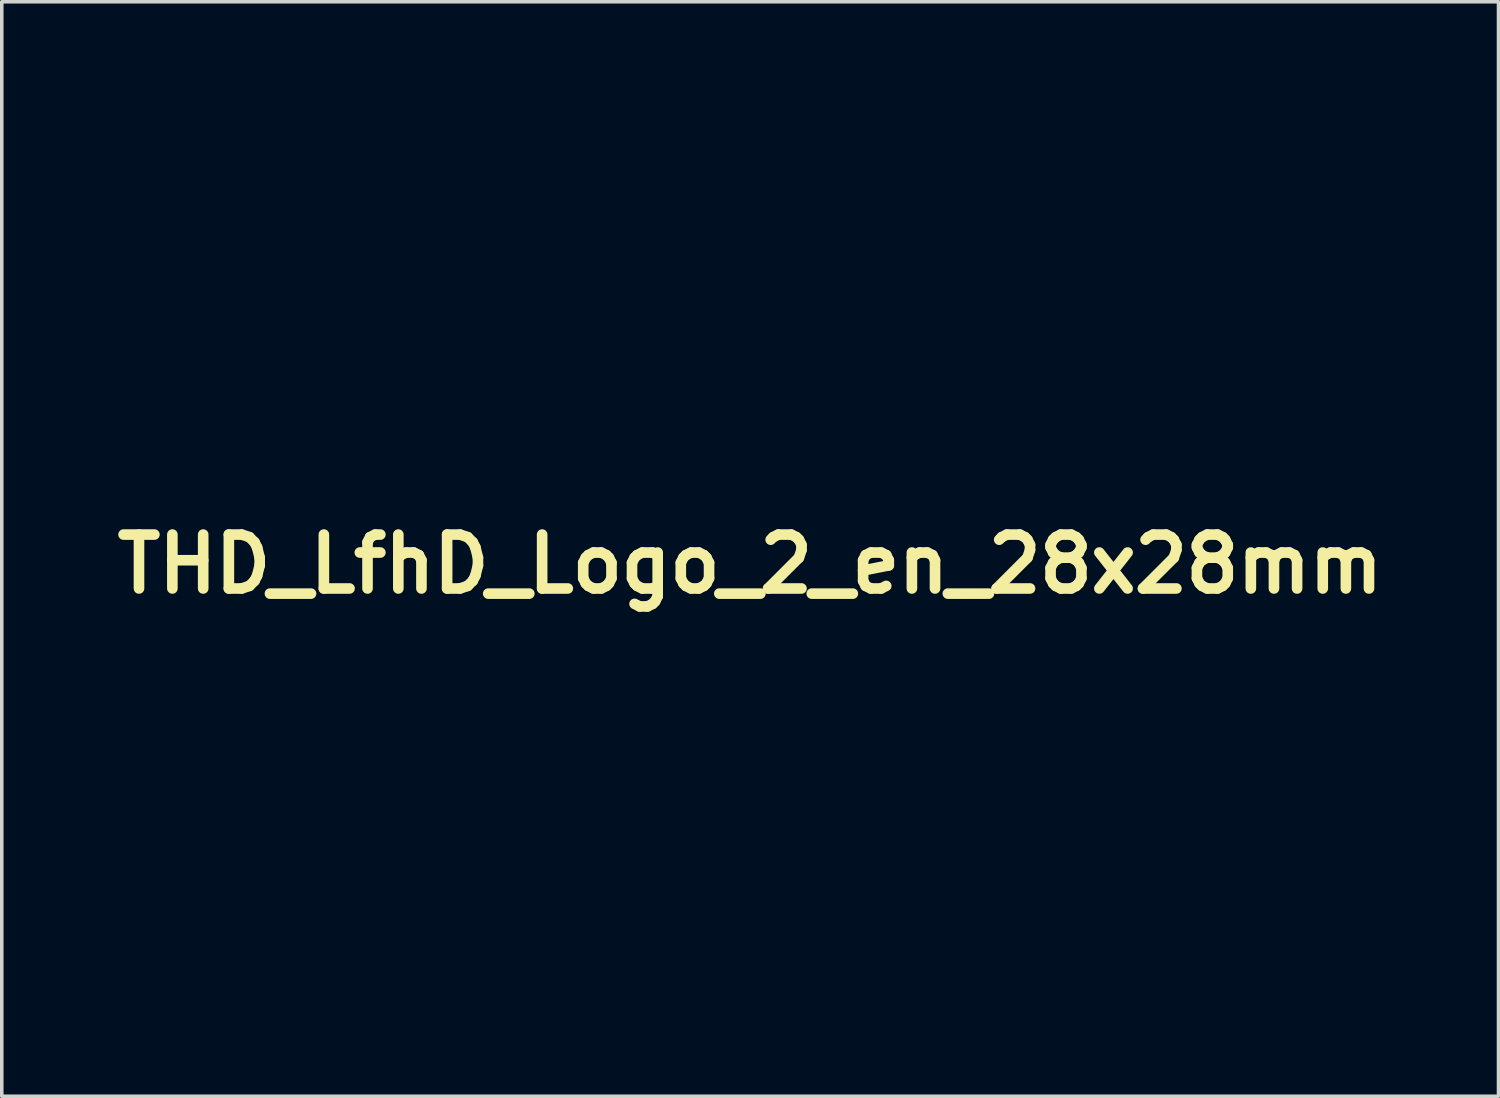
<source format=kicad_pcb>
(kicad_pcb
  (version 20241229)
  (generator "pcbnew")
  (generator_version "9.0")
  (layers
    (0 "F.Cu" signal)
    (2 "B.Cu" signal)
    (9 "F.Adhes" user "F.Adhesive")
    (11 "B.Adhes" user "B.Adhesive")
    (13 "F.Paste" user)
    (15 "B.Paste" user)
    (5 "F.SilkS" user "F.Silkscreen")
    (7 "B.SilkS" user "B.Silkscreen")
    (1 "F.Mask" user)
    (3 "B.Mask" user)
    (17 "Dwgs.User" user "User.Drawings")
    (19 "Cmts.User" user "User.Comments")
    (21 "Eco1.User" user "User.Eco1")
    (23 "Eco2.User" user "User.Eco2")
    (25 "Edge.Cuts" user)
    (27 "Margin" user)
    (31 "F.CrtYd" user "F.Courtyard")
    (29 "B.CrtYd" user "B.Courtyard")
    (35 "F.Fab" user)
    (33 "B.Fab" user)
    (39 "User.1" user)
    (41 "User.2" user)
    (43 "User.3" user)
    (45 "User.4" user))
  (footprint "THD_LfhD_Logo_2_en_28x28mm"
    (layer "F.Cu")
    (at 18.15 12.892)
    (property "Reference" "THD_LfhD_Logo_2_en_28x28mm" (at 0 0 0) (layer "F.SilkS") (effects (font (size 1.524 1.524) (thickness 0.3))))
    (attr through_hole)
    (fp_poly (pts (xy 0.572 9.837) (xy 0.804 9.864) (xy 0.852 12.023) (xy 0.339 12.023) (xy 0.339 9.81) (xy 0.572 9.837)) (stroke (width 0.01) (type solid)) (fill yes) (layer "F.Mask"))
    (fp_poly (pts (xy -9.165 9.837) (xy -8.932 9.864) (xy -8.932 11.98) (xy -9.165 12.007) (xy -9.398 12.034) (xy -9.398 9.81) (xy -9.165 9.837)) (stroke (width 0.01) (type solid)) (fill yes) (layer "F.Mask"))
    (fp_poly (pts (xy 5.313 -12.85) (xy 6.731 -12.827) (xy 6.731 -2.667) (xy 5.313 -2.644) (xy 3.895 -2.621) (xy 3.895 -12.873) (xy 5.313 -12.85)) (stroke (width 0.01) (type solid)) (fill yes) (layer "F.Mask"))
    (fp_poly (pts (xy -5.805 9.863) (xy -5.732 9.935) (xy -5.716 10.061) (xy -5.705 10.318) (xy -5.7 10.666) (xy -5.702 11.014) (xy -5.715 11.98) (xy -6.181 12.034) (xy -6.181 9.821) (xy -5.978 9.821) (xy -5.805 9.863)) (stroke (width 0.01) (type solid)) (fill yes) (layer "F.Mask"))
    (fp_poly (pts (xy -1.129 9.827) (xy -1.069 9.865) (xy -1.035 9.965) (xy -1.02 10.159) (xy -1.016 10.478) (xy -1.016 10.668) (xy -1.016 11.515) (xy 0.085 11.515) (xy 0.085 12.023) (xy -0.699 12.023) (xy -1.482 12.023) (xy -1.456 10.922) (xy -1.43 9.821) (xy -1.223 9.821) (xy -1.129 9.827)) (stroke (width 0.01) (type solid)) (fill yes) (layer "F.Mask"))
    (fp_poly (pts (xy -3.556 10.075) (xy -3.569 10.238) (xy -3.642 10.311) (xy -3.822 10.329) (xy -3.895 10.329) (xy -4.233 10.329) (xy -4.233 12.023) (xy -4.657 12.023) (xy -4.657 10.329) (xy -4.995 10.329) (xy -5.212 10.319) (xy -5.309 10.265) (xy -5.333 10.13) (xy -5.334 10.075) (xy -5.334 9.821) (xy -3.556 9.821) (xy -3.556 10.075)) (stroke (width 0.01) (type solid)) (fill yes) (layer "F.Mask"))
    (fp_poly (pts (xy 3.133 6.35) (xy 3.119 6.513) (xy 3.047 6.585) (xy 2.867 6.604) (xy 2.794 6.604) (xy 2.455 6.604) (xy 2.455 8.297) (xy 2.032 8.297) (xy 2.032 6.604) (xy 1.693 6.604) (xy 1.476 6.594) (xy 1.38 6.54) (xy 1.355 6.405) (xy 1.355 6.35) (xy 1.355 6.096) (xy 3.133 6.096) (xy 3.133 6.35)) (stroke (width 0.01) (type solid)) (fill yes) (layer "F.Mask"))
    (fp_poly (pts (xy 4.403 -0.931) (xy 4.389 -0.768) (xy 4.317 -0.696) (xy 4.137 -0.678) (xy 4.064 -0.677) (xy 3.725 -0.677) (xy 3.725 1.016) (xy 3.302 1.016) (xy 3.302 -0.677) (xy 2.963 -0.677) (xy 2.746 -0.687) (xy 2.65 -0.742) (xy 2.625 -0.877) (xy 2.625 -0.931) (xy 2.625 -1.185) (xy 4.403 -1.185) (xy 4.403 -0.931)) (stroke (width 0.01) (type solid)) (fill yes) (layer "F.Mask"))
    (fp_poly (pts (xy 3.09 -2.582) (xy 2.772 -2.556) (xy 2.523 -2.566) (xy 2.413 -2.641) (xy 2.401 -2.752) (xy 2.389 -3.009) (xy 2.377 -3.39) (xy 2.366 -3.869) (xy 2.357 -4.425) (xy 2.35 -5.035) (xy 2.35 -5.038) (xy 2.328 -7.324) (xy -0.466 -7.342) (xy -0.517 -8.128) (xy 2.371 -8.128) (xy 2.371 -12.869) (xy 3.134 -12.869) (xy 3.09 -2.582)) (stroke (width 0.01) (type solid)) (fill yes) (layer "F.Mask"))
    (fp_poly (pts (xy -1.185 -2.709) (xy -2.611 -2.709) (xy -3.086 -2.713) (xy -3.5 -2.721) (xy -3.826 -2.735) (xy -4.032 -2.752) (xy -4.092 -2.766) (xy -4.103 -2.859) (xy -4.113 -3.105) (xy -4.123 -3.489) (xy -4.131 -3.993) (xy -4.138 -4.602) (xy -4.143 -5.299) (xy -4.147 -6.068) (xy -4.149 -6.894) (xy -4.149 -7.126) (xy -4.149 -11.43) (xy -1.185 -11.43) (xy -1.185 -2.709)) (stroke (width 0.01) (type solid)) (fill yes) (layer "F.Mask"))
    (fp_poly (pts (xy 6.858 10.075) (xy 6.845 10.238) (xy 6.772 10.311) (xy 6.592 10.329) (xy 6.519 10.329) (xy 6.181 10.329) (xy 6.181 12.023) (xy 5.673 12.023) (xy 5.673 10.329) (xy 5.381 10.329) (xy 5.128 10.296) (xy 5.019 10.186) (xy 5.038 9.99) (xy 5.076 9.914) (xy 5.153 9.865) (xy 5.301 9.837) (xy 5.552 9.824) (xy 5.938 9.821) (xy 5.975 9.821) (xy 6.858 9.821) (xy 6.858 10.075)) (stroke (width 0.01) (type solid)) (fill yes) (layer "F.Mask"))
    (fp_poly (pts (xy 10.392 9.837) (xy 10.528 9.879) (xy 10.663 9.993) (xy 10.824 10.204) (xy 11.006 10.493) (xy 11.388 11.121) (xy 11.412 10.471) (xy 11.437 9.821) (xy 11.938 9.821) (xy 11.938 12.033) (xy 11.668 12.007) (xy 11.525 11.976) (xy 11.4 11.896) (xy 11.264 11.736) (xy 11.087 11.467) (xy 11.012 11.345) (xy 10.626 10.71) (xy 10.601 11.367) (xy 10.586 11.696) (xy 10.562 11.892) (xy 10.519 11.988) (xy 10.442 12.02) (xy 10.368 12.023) (xy 10.16 12.023) (xy 10.16 9.81) (xy 10.392 9.837)) (stroke (width 0.01) (type solid)) (fill yes) (layer "F.Mask"))
    (fp_poly (pts (xy 7.248 9.826) (xy 7.303 9.858) (xy 7.338 9.944) (xy 7.357 10.111) (xy 7.364 10.387) (xy 7.366 10.799) (xy 7.366 10.922) (xy 7.365 11.371) (xy 7.359 11.677) (xy 7.344 11.868) (xy 7.313 11.972) (xy 7.263 12.014) (xy 7.189 12.023) (xy 7.168 12.023) (xy 6.991 12.001) (xy 6.914 11.966) (xy 6.884 11.852) (xy 6.866 11.612) (xy 6.861 11.287) (xy 6.867 10.92) (xy 6.886 10.553) (xy 6.913 10.266) (xy 6.953 10.005) (xy 7.006 9.872) (xy 7.098 9.825) (xy 7.166 9.821) (xy 7.248 9.826)) (stroke (width 0.01) (type solid)) (fill yes) (layer "F.Mask"))
    (fp_poly (pts (xy -3.408 2.556) (xy -3.175 2.582) (xy -3.141 4.741) (xy -3.391 4.741) (xy -3.539 4.732) (xy -3.613 4.674) (xy -3.638 4.524) (xy -3.641 4.318) (xy -3.641 3.895) (xy -4.487 3.895) (xy -4.487 4.318) (xy -4.493 4.569) (xy -4.527 4.694) (xy -4.616 4.737) (xy -4.744 4.741) (xy -5 4.741) (xy -4.953 2.582) (xy -4.72 2.556) (xy -4.583 2.549) (xy -4.514 2.599) (xy -4.49 2.744) (xy -4.487 2.958) (xy -4.487 3.387) (xy -3.641 3.387) (xy -3.641 2.958) (xy -3.636 2.706) (xy -3.604 2.582) (xy -3.524 2.547) (xy -3.408 2.556)) (stroke (width 0.01) (type solid)) (fill yes) (layer "F.Mask"))
    (fp_poly (pts (xy 6.374 6.13) (xy 6.722 6.243) (xy 6.949 6.454) (xy 7.073 6.778) (xy 7.112 7.233) (xy 7.112 7.257) (xy 7.069 7.675) (xy 6.93 7.975) (xy 6.679 8.169) (xy 6.301 8.271) (xy 5.905 8.295) (xy 5.249 8.297) (xy 5.249 6.604) (xy 5.757 6.604) (xy 5.757 7.789) (xy 6.068 7.789) (xy 6.32 7.752) (xy 6.52 7.661) (xy 6.534 7.649) (xy 6.652 7.443) (xy 6.685 7.166) (xy 6.631 6.896) (xy 6.549 6.759) (xy 6.331 6.635) (xy 6.083 6.604) (xy 5.757 6.604) (xy 5.249 6.604) (xy 5.249 6.096) (xy 5.887 6.096) (xy 6.374 6.13)) (stroke (width 0.01) (type solid)) (fill yes) (layer "F.Mask"))
    (fp_poly (pts (xy -7.535 -7.027) (xy -7.536 -6.011) (xy -7.539 -5.153) (xy -7.543 -4.441) (xy -7.55 -3.865) (xy -7.56 -3.414) (xy -7.572 -3.075) (xy -7.588 -2.838) (xy -7.607 -2.692) (xy -7.63 -2.625) (xy -7.641 -2.618) (xy -7.832 -2.61) (xy -8.134 -2.604) (xy -8.513 -2.6) (xy -8.933 -2.597) (xy -9.358 -2.596) (xy -9.755 -2.597) (xy -10.087 -2.599) (xy -10.318 -2.604) (xy -10.414 -2.611) (xy -10.435 -2.702) (xy -10.453 -2.959) (xy -10.468 -3.379) (xy -10.48 -3.957) (xy -10.49 -4.69) (xy -10.496 -5.575) (xy -10.498 -6.608) (xy -10.499 -7.034) (xy -10.499 -11.43) (xy -7.535 -11.43) (xy -7.535 -7.027)) (stroke (width 0.01) (type solid)) (fill yes) (layer "F.Mask"))
    (fp_poly (pts (xy -2.879 6.604) (xy -3.471 6.604) (xy -3.783 6.609) (xy -3.961 6.629) (xy -4.043 6.676) (xy -4.064 6.76) (xy -4.064 6.773) (xy -4.047 6.865) (xy -3.97 6.916) (xy -3.797 6.938) (xy -3.514 6.943) (xy -2.963 6.943) (xy -2.963 7.451) (xy -3.514 7.451) (xy -3.811 7.456) (xy -3.978 7.479) (xy -4.049 7.533) (xy -4.064 7.62) (xy -4.049 7.707) (xy -3.981 7.757) (xy -3.824 7.782) (xy -3.543 7.789) (xy -3.429 7.789) (xy -2.794 7.789) (xy -2.794 8.297) (xy -3.662 8.297) (xy -4.53 8.297) (xy -4.512 7.218) (xy -4.495 6.138) (xy -3.687 6.114) (xy -2.879 6.09) (xy -2.879 6.604)) (stroke (width 0.01) (type solid)) (fill yes) (layer "F.Mask"))
    (fp_poly (pts (xy -1.185 -12.023) (xy -6.096 -12.023) (xy -6.096 -7.366) (xy -6.097 -6.319) (xy -6.099 -5.43) (xy -6.104 -4.689) (xy -6.11 -4.084) (xy -6.119 -3.605) (xy -6.131 -3.24) (xy -6.145 -2.978) (xy -6.163 -2.81) (xy -6.184 -2.722) (xy -6.202 -2.704) (xy -6.358 -2.689) (xy -6.571 -2.663) (xy -6.771 -2.655) (xy -6.887 -2.682) (xy -6.888 -2.683) (xy -6.898 -2.776) (xy -6.908 -3.022) (xy -6.917 -3.407) (xy -6.925 -3.914) (xy -6.931 -4.528) (xy -6.937 -5.234) (xy -6.94 -6.016) (xy -6.942 -6.859) (xy -6.943 -7.38) (xy -6.943 -12.023) (xy -11.853 -12.023) (xy -11.853 -12.869) (xy -1.185 -12.869) (xy -1.185 -12.023)) (stroke (width 0.01) (type solid)) (fill yes) (layer "F.Mask"))
    (fp_poly (pts (xy -10.943 9.824) (xy -10.558 9.836) (xy -10.296 9.882) (xy -10.109 9.978) (xy -9.952 10.144) (xy -9.881 10.242) (xy -9.779 10.502) (xy -9.738 10.85) (xy -9.759 11.215) (xy -9.841 11.528) (xy -9.878 11.6) (xy -10.041 11.806) (xy -10.263 11.936) (xy -10.579 12.004) (xy -11.011 12.023) (xy -11.599 12.023) (xy -11.599 10.329) (xy -11.091 10.329) (xy -11.091 11.515) (xy -10.78 11.515) (xy -10.528 11.477) (xy -10.329 11.386) (xy -10.315 11.375) (xy -10.196 11.168) (xy -10.164 10.892) (xy -10.217 10.621) (xy -10.3 10.484) (xy -10.518 10.361) (xy -10.766 10.329) (xy -11.091 10.329) (xy -11.599 10.329) (xy -11.599 9.821) (xy -10.943 9.824)) (stroke (width 0.01) (type solid)) (fill yes) (layer "F.Mask"))
    (fp_poly (pts (xy -10.753 2.79) (xy -10.761 2.931) (xy -10.814 3.008) (xy -10.952 3.045) (xy -11.216 3.064) (xy -11.239 3.065) (xy -11.529 3.091) (xy -11.687 3.141) (xy -11.75 3.225) (xy -11.753 3.239) (xy -11.746 3.324) (xy -11.659 3.369) (xy -11.456 3.385) (xy -11.309 3.387) (xy -11.041 3.391) (xy -10.9 3.418) (xy -10.846 3.491) (xy -10.837 3.631) (xy -10.837 3.641) (xy -10.845 3.786) (xy -10.896 3.861) (xy -11.033 3.89) (xy -11.296 3.895) (xy -11.769 3.895) (xy -11.769 4.318) (xy -11.774 4.569) (xy -11.808 4.694) (xy -11.897 4.737) (xy -12.023 4.741) (xy -12.277 4.741) (xy -12.277 2.54) (xy -10.753 2.54) (xy -10.753 2.79)) (stroke (width 0.01) (type solid)) (fill yes) (layer "F.Mask"))
    (fp_poly (pts (xy 2.667 2.553) (xy 2.956 2.604) (xy 3.152 2.705) (xy 3.293 2.872) (xy 3.343 2.962) (xy 3.428 3.232) (xy 3.466 3.58) (xy 3.456 3.933) (xy 3.397 4.215) (xy 3.377 4.26) (xy 3.224 4.49) (xy 3.024 4.635) (xy 2.739 4.713) (xy 2.331 4.739) (xy 2.265 4.739) (xy 1.609 4.741) (xy 1.609 3.048) (xy 2.117 3.048) (xy 2.117 4.233) (xy 2.495 4.233) (xy 2.762 4.212) (xy 2.912 4.136) (xy 2.96 4.07) (xy 3.038 3.8) (xy 3.031 3.5) (xy 2.944 3.25) (xy 2.908 3.203) (xy 2.69 3.079) (xy 2.442 3.048) (xy 2.117 3.048) (xy 1.609 3.048) (xy 1.609 2.54) (xy 2.249 2.54) (xy 2.667 2.553)) (stroke (width 0.01) (type solid)) (fill yes) (layer "F.Mask"))
    (fp_poly (pts (xy 4.911 6.597) (xy 4.297 6.621) (xy 3.965 6.643) (xy 3.773 6.679) (xy 3.691 6.736) (xy 3.683 6.773) (xy 3.724 6.846) (xy 3.866 6.892) (xy 4.138 6.919) (xy 4.255 6.925) (xy 4.557 6.941) (xy 4.728 6.968) (xy 4.805 7.024) (xy 4.825 7.126) (xy 4.826 7.197) (xy 4.819 7.327) (xy 4.774 7.403) (xy 4.653 7.441) (xy 4.419 7.46) (xy 4.255 7.468) (xy 3.935 7.491) (xy 3.756 7.53) (xy 3.687 7.594) (xy 3.683 7.62) (xy 3.721 7.69) (xy 3.856 7.735) (xy 4.117 7.763) (xy 4.297 7.772) (xy 4.911 7.797) (xy 4.911 8.297) (xy 3.217 8.297) (xy 3.217 6.096) (xy 4.911 6.096) (xy 4.911 6.597)) (stroke (width 0.01) (type solid)) (fill yes) (layer "F.Mask"))
    (fp_poly (pts (xy 12.615 3.048) (xy 12.023 3.048) (xy 11.711 3.053) (xy 11.533 3.073) (xy 11.451 3.12) (xy 11.43 3.204) (xy 11.43 3.217) (xy 11.447 3.309) (xy 11.524 3.36) (xy 11.697 3.382) (xy 11.98 3.387) (xy 12.531 3.387) (xy 12.531 3.895) (xy 11.98 3.895) (xy 11.683 3.9) (xy 11.516 3.923) (xy 11.445 3.977) (xy 11.43 4.064) (xy 11.446 4.154) (xy 11.519 4.205) (xy 11.686 4.228) (xy 11.982 4.233) (xy 12.013 4.233) (xy 12.321 4.237) (xy 12.499 4.258) (xy 12.588 4.309) (xy 12.628 4.404) (xy 12.636 4.443) (xy 12.651 4.618) (xy 12.631 4.697) (xy 12.533 4.716) (xy 12.304 4.731) (xy 11.983 4.74) (xy 11.755 4.741) (xy 10.922 4.741) (xy 10.922 2.54) (xy 12.615 2.54) (xy 12.615 3.048)) (stroke (width 0.01) (type solid)) (fill yes) (layer "F.Mask"))
    (fp_poly (pts (xy -2.663 -1.156) (xy -2.348 -1.009) (xy -2.09 -0.752) (xy -1.946 -0.461) (xy -1.88 -0.034) (xy -1.958 0.356) (xy -2.16 0.679) (xy -2.467 0.907) (xy -2.86 1.012) (xy -2.957 1.016) (xy -3.252 0.993) (xy -3.465 0.906) (xy -3.627 0.775) (xy -3.849 0.505) (xy -3.957 0.195) (xy -3.964 -0.085) (xy -3.556 -0.085) (xy -3.485 0.201) (xy -3.299 0.402) (xy -3.04 0.498) (xy -2.75 0.472) (xy -2.559 0.376) (xy -2.413 0.202) (xy -2.371 -0.062) (xy -2.432 -0.387) (xy -2.611 -0.595) (xy -2.898 -0.677) (xy -2.934 -0.677) (xy -3.241 -0.606) (xy -3.459 -0.413) (xy -3.554 -0.131) (xy -3.556 -0.085) (xy -3.964 -0.085) (xy -3.967 -0.204) (xy -3.956 -0.322) (xy -3.844 -0.69) (xy -3.627 -0.96) (xy -3.335 -1.129) (xy -3.003 -1.195) (xy -2.663 -1.156)) (stroke (width 0.01) (type solid)) (fill yes) (layer "F.Mask"))
    (fp_poly (pts (xy 5.828 -1.111) (xy 6.153 -0.907) (xy 6.377 -0.6) (xy 6.48 -0.215) (xy 6.443 0.221) (xy 6.436 0.248) (xy 6.257 0.626) (xy 5.965 0.884) (xy 5.576 1.007) (xy 5.419 1.016) (xy 5.101 0.987) (xy 4.861 0.882) (xy 4.749 0.798) (xy 4.494 0.478) (xy 4.368 0.081) (xy 4.373 -0.043) (xy 4.834 -0.043) (xy 4.91 0.238) (xy 4.958 0.32) (xy 5.154 0.468) (xy 5.419 0.51) (xy 5.688 0.446) (xy 5.842 0.339) (xy 5.977 0.099) (xy 6.003 -0.192) (xy 5.919 -0.458) (xy 5.871 -0.522) (xy 5.665 -0.641) (xy 5.388 -0.674) (xy 5.118 -0.62) (xy 4.981 -0.537) (xy 4.858 -0.325) (xy 4.834 -0.043) (xy 4.373 -0.043) (xy 4.385 -0.351) (xy 4.401 -0.417) (xy 4.58 -0.796) (xy 4.872 -1.053) (xy 5.262 -1.176) (xy 5.419 -1.185) (xy 5.828 -1.111)) (stroke (width 0.01) (type solid)) (fill yes) (layer "F.Mask"))
    (fp_poly (pts (xy 10.599 -1.17) (xy 10.668 -1.133) (xy 10.626 -1.042) (xy 10.514 -0.845) (xy 10.354 -0.578) (xy 10.287 -0.47) (xy 10.09 -0.138) (xy 9.975 0.111) (xy 9.92 0.334) (xy 9.906 0.579) (xy 9.9 0.835) (xy 9.867 0.965) (xy 9.787 1.011) (xy 9.694 1.016) (xy 9.573 1.004) (xy 9.51 0.94) (xy 9.486 0.783) (xy 9.483 0.551) (xy 9.471 0.294) (xy 9.422 0.078) (xy 9.315 -0.156) (xy 9.131 -0.462) (xy 9.102 -0.508) (xy 8.927 -0.785) (xy 8.795 -1.004) (xy 8.726 -1.129) (xy 8.721 -1.144) (xy 8.794 -1.173) (xy 8.971 -1.185) (xy 9.14 -1.159) (xy 9.277 -1.053) (xy 9.428 -0.832) (xy 9.445 -0.804) (xy 9.58 -0.59) (xy 9.686 -0.451) (xy 9.724 -0.423) (xy 9.792 -0.492) (xy 9.904 -0.666) (xy 9.981 -0.804) (xy 10.123 -1.039) (xy 10.252 -1.154) (xy 10.412 -1.185) (xy 10.426 -1.185) (xy 10.599 -1.17)) (stroke (width 0.01) (type solid)) (fill yes) (layer "F.Mask"))
    (fp_poly (pts (xy -9.114 2.56) (xy -8.905 2.644) (xy -8.684 2.825) (xy -8.517 2.996) (xy -8.426 3.147) (xy -8.389 3.342) (xy -8.382 3.641) (xy -8.389 3.941) (xy -8.427 4.135) (xy -8.518 4.287) (xy -8.684 4.456) (xy -8.907 4.639) (xy -9.116 4.722) (xy -9.398 4.741) (xy -9.682 4.721) (xy -9.891 4.637) (xy -10.112 4.456) (xy -10.279 4.285) (xy -10.37 4.134) (xy -10.407 3.939) (xy -10.414 3.641) (xy -9.991 3.641) (xy -9.956 3.908) (xy -9.835 4.077) (xy -9.802 4.102) (xy -9.514 4.218) (xy -9.214 4.202) (xy -8.975 4.064) (xy -8.819 3.809) (xy -8.803 3.536) (xy -8.909 3.29) (xy -9.118 3.112) (xy -9.398 3.048) (xy -9.71 3.116) (xy -9.912 3.309) (xy -9.99 3.613) (xy -9.991 3.641) (xy -10.414 3.641) (xy -10.407 3.34) (xy -10.369 3.146) (xy -10.278 2.995) (xy -10.112 2.825) (xy -9.889 2.643) (xy -9.68 2.56) (xy -9.398 2.54) (xy -9.114 2.56)) (stroke (width 0.01) (type solid)) (fill yes) (layer "F.Mask"))
    (fp_poly (pts (xy 9.034 9.844) (xy 9.247 9.936) (xy 9.461 10.11) (xy 9.636 10.282) (xy 9.73 10.432) (xy 9.769 10.623) (xy 9.776 10.918) (xy 9.776 10.922) (xy 9.769 11.219) (xy 9.731 11.411) (xy 9.637 11.561) (xy 9.463 11.732) (xy 9.461 11.734) (xy 9.232 11.918) (xy 9.021 12.002) (xy 8.743 12.022) (xy 8.406 11.986) (xy 8.157 11.865) (xy 8.115 11.832) (xy 7.855 11.547) (xy 7.729 11.218) (xy 7.705 10.923) (xy 7.705 10.922) (xy 8.128 10.922) (xy 8.199 11.208) (xy 8.385 11.408) (xy 8.644 11.505) (xy 8.934 11.479) (xy 9.125 11.383) (xy 9.271 11.209) (xy 9.313 10.945) (xy 9.252 10.619) (xy 9.073 10.411) (xy 8.786 10.33) (xy 8.75 10.329) (xy 8.443 10.401) (xy 8.225 10.593) (xy 8.13 10.875) (xy 8.128 10.922) (xy 7.705 10.922) (xy 7.771 10.477) (xy 7.964 10.138) (xy 8.271 9.916) (xy 8.683 9.823) (xy 8.761 9.821) (xy 9.034 9.844)) (stroke (width 0.01) (type solid)) (fill yes) (layer "F.Mask"))
    (fp_poly (pts (xy -7.248 9.838) (xy -7.051 9.905) (xy -6.87 10.051) (xy -6.851 10.069) (xy -6.667 10.279) (xy -6.617 10.424) (xy -6.697 10.536) (xy -6.781 10.588) (xy -6.936 10.634) (xy -7.072 10.558) (xy -7.123 10.506) (xy -7.365 10.36) (xy -7.659 10.345) (xy -7.94 10.461) (xy -8.082 10.652) (xy -8.133 10.918) (xy -8.092 11.187) (xy -7.973 11.375) (xy -7.822 11.449) (xy -7.598 11.498) (xy -7.355 11.517) (xy -7.149 11.504) (xy -7.035 11.454) (xy -7.027 11.43) (xy -7.101 11.371) (xy -7.278 11.345) (xy -7.281 11.345) (xy -7.461 11.324) (xy -7.528 11.225) (xy -7.535 11.091) (xy -7.535 10.837) (xy -6.519 10.837) (xy -6.519 11.139) (xy -6.543 11.391) (xy -6.599 11.59) (xy -6.604 11.598) (xy -6.788 11.79) (xy -7.087 11.937) (xy -7.444 12.015) (xy -7.585 12.023) (xy -7.855 11.995) (xy -8.073 11.887) (xy -8.242 11.744) (xy -8.515 11.388) (xy -8.627 11.001) (xy -8.579 10.606) (xy -8.37 10.228) (xy -8.258 10.104) (xy -8.061 9.93) (xy -7.875 9.847) (xy -7.619 9.822) (xy -7.537 9.821) (xy -7.248 9.838)) (stroke (width 0.01) (type solid)) (fill yes) (layer "F.Mask"))
    (fp_poly (pts (xy -2.728 9.871) (xy -2.642 9.911) (xy -2.561 10.009) (xy -2.466 10.19) (xy -2.341 10.479) (xy -2.181 10.878) (xy -2.03 11.264) (xy -1.904 11.592) (xy -1.817 11.832) (xy -1.779 11.952) (xy -1.778 11.957) (xy -1.85 12.007) (xy -1.987 12.023) (xy -2.186 11.957) (xy -2.328 11.769) (xy -2.431 11.609) (xy -2.563 11.535) (xy -2.787 11.515) (xy -2.846 11.515) (xy -3.09 11.526) (xy -3.223 11.581) (xy -3.304 11.709) (xy -3.328 11.769) (xy -3.436 11.956) (xy -3.602 12.021) (xy -3.659 12.023) (xy -3.83 12.016) (xy -3.895 12) (xy -3.866 11.917) (xy -3.787 11.706) (xy -3.67 11.397) (xy -3.525 11.019) (xy -3.488 10.921) (xy -3.479 10.9) (xy -3.03 10.9) (xy -3.021 10.986) (xy -2.913 11.006) (xy -2.831 11.007) (xy -2.677 10.985) (xy -2.652 10.889) (xy -2.671 10.816) (xy -2.763 10.597) (xy -2.855 10.546) (xy -2.945 10.664) (xy -2.96 10.702) (xy -3.03 10.9) (xy -3.479 10.9) (xy -3.322 10.494) (xy -3.2 10.201) (xy -3.106 10.016) (xy -3.026 9.915) (xy -2.944 9.873) (xy -2.844 9.864) (xy -2.832 9.864) (xy -2.728 9.871)) (stroke (width 0.01) (type solid)) (fill yes) (layer "F.Mask"))
    (fp_poly (pts (xy 7.515 2.59) (xy 7.601 2.629) (xy 7.682 2.724) (xy 7.777 2.903) (xy 7.9 3.188) (xy 8.063 3.597) (xy 8.215 3.982) (xy 8.34 4.311) (xy 8.428 4.551) (xy 8.466 4.671) (xy 8.467 4.676) (xy 8.393 4.722) (xy 8.219 4.741) (xy 8.034 4.711) (xy 7.943 4.587) (xy 7.916 4.487) (xy 7.871 4.336) (xy 7.789 4.261) (xy 7.62 4.236) (xy 7.437 4.233) (xy 7.18 4.242) (xy 7.038 4.286) (xy 6.956 4.392) (xy 6.917 4.487) (xy 6.808 4.675) (xy 6.642 4.739) (xy 6.585 4.741) (xy 6.416 4.735) (xy 6.351 4.72) (xy 6.38 4.638) (xy 6.458 4.427) (xy 6.575 4.117) (xy 6.718 3.739) (xy 6.755 3.641) (xy 6.765 3.614) (xy 7.216 3.614) (xy 7.221 3.703) (xy 7.321 3.725) (xy 7.408 3.725) (xy 7.566 3.704) (xy 7.617 3.662) (xy 7.577 3.548) (xy 7.496 3.387) (xy 7.379 3.175) (xy 7.288 3.413) (xy 7.216 3.614) (xy 6.765 3.614) (xy 6.919 3.214) (xy 7.04 2.92) (xy 7.132 2.736) (xy 7.211 2.634) (xy 7.293 2.592) (xy 7.394 2.582) (xy 7.409 2.582) (xy 7.515 2.59)) (stroke (width 0.01) (type solid)) (fill yes) (layer "F.Mask"))
    (fp_poly (pts (xy -9.737 0.508) (xy -9.184 0.508) (xy -8.88 0.514) (xy -8.703 0.541) (xy -8.608 0.603) (xy -8.557 0.699) (xy -8.494 0.819) (xy -8.444 0.785) (xy -8.434 0.762) (xy -8.386 0.634) (xy -8.292 0.386) (xy -8.169 0.055) (xy -8.087 -0.165) (xy -7.613 -0.165) (xy -7.583 -0.038) (xy -7.466 -0.000216) (xy -7.451 0) (xy -7.315 -0.044) (xy -7.284 -0.106) (xy -7.325 -0.256) (xy -7.399 -0.413) (xy -7.51 -0.614) (xy -7.564 -0.413) (xy -7.613 -0.165) (xy -8.087 -0.165) (xy -8.054 -0.254) (xy -7.906 -0.642) (xy -7.797 -0.899) (xy -7.709 -1.052) (xy -7.623 -1.131) (xy -7.522 -1.163) (xy -7.476 -1.168) (xy -7.376 -1.173) (xy -7.296 -1.147) (xy -7.22 -1.068) (xy -7.134 -0.911) (xy -7.022 -0.652) (xy -6.87 -0.268) (xy -6.8 -0.089) (xy -6.371 1.016) (xy -6.619 1.016) (xy -6.812 0.981) (xy -6.924 0.841) (xy -6.955 0.762) (xy -7.023 0.61) (xy -7.122 0.535) (xy -7.307 0.51) (xy -7.463 0.508) (xy -7.718 0.517) (xy -7.857 0.561) (xy -7.935 0.668) (xy -7.971 0.762) (xy -8.06 1.016) (xy -10.16 1.016) (xy -10.16 -1.185) (xy -9.737 -1.185) (xy -9.737 0.508)) (stroke (width 0.01) (type solid)) (fill yes) (layer "F.Mask"))
    (fp_poly (pts (xy -6.959 2.545) (xy -6.723 2.565) (xy -6.567 2.611) (xy -6.447 2.692) (xy -6.388 2.748) (xy -6.245 2.946) (xy -6.181 3.144) (xy -6.181 3.152) (xy -6.237 3.398) (xy -6.377 3.606) (xy -6.557 3.719) (xy -6.611 3.725) (xy -6.687 3.743) (xy -6.682 3.812) (xy -6.587 3.961) (xy -6.437 4.156) (xy -6.261 4.389) (xy -6.138 4.574) (xy -6.096 4.664) (xy -6.169 4.72) (xy -6.329 4.741) (xy -6.499 4.704) (xy -6.667 4.574) (xy -6.859 4.339) (xy -7.063 4.102) (xy -7.254 3.947) (xy -7.346 3.91) (xy -7.458 3.909) (xy -7.514 3.973) (xy -7.533 4.144) (xy -7.535 4.312) (xy -7.541 4.565) (xy -7.574 4.692) (xy -7.66 4.736) (xy -7.789 4.741) (xy -8.043 4.741) (xy -8.043 3.222) (xy -7.535 3.222) (xy -7.516 3.326) (xy -7.43 3.372) (xy -7.234 3.376) (xy -7.134 3.37) (xy -6.869 3.336) (xy -6.737 3.266) (xy -6.704 3.196) (xy -6.713 3.108) (xy -6.806 3.063) (xy -7.021 3.049) (xy -7.106 3.048) (xy -7.361 3.056) (xy -7.49 3.093) (xy -7.533 3.174) (xy -7.535 3.222) (xy -8.043 3.222) (xy -8.043 2.54) (xy -7.32 2.54) (xy -6.959 2.545)) (stroke (width 0.01) (type solid)) (fill yes) (layer "F.Mask"))
    (fp_poly (pts (xy -1.93 2.556) (xy -1.905 2.558) (xy -1.798 2.577) (xy -1.709 2.628) (xy -1.624 2.736) (xy -1.525 2.928) (xy -1.396 3.23) (xy -1.249 3.597) (xy -1.098 3.982) (xy -0.973 4.311) (xy -0.885 4.551) (xy -0.847 4.671) (xy -0.847 4.676) (xy -0.92 4.722) (xy -1.094 4.741) (xy -1.279 4.711) (xy -1.37 4.587) (xy -1.397 4.487) (xy -1.443 4.336) (xy -1.525 4.261) (xy -1.696 4.236) (xy -1.874 4.233) (xy -2.129 4.242) (xy -2.268 4.286) (xy -2.347 4.392) (xy -2.383 4.487) (xy -2.482 4.672) (xy -2.64 4.738) (xy -2.725 4.741) (xy -2.893 4.723) (xy -2.95 4.678) (xy -2.949 4.676) (xy -2.911 4.577) (xy -2.826 4.35) (xy -2.707 4.028) (xy -2.566 3.642) (xy -2.557 3.619) (xy -2.099 3.619) (xy -2.09 3.704) (xy -1.982 3.725) (xy -1.899 3.725) (xy -1.746 3.704) (xy -1.721 3.608) (xy -1.739 3.535) (xy -1.831 3.316) (xy -1.923 3.265) (xy -2.013 3.383) (xy -2.029 3.421) (xy -2.099 3.619) (xy -2.557 3.619) (xy -2.54 3.573) (xy -2.384 3.15) (xy -2.27 2.862) (xy -2.183 2.683) (xy -2.108 2.589) (xy -2.029 2.555) (xy -1.93 2.556)) (stroke (width 0.01) (type solid)) (fill yes) (layer "F.Mask"))
    (fp_poly (pts (xy 0.492 2.545) (xy 0.728 2.565) (xy 0.884 2.611) (xy 1.004 2.692) (xy 1.062 2.748) (xy 1.206 2.946) (xy 1.27 3.144) (xy 1.27 3.152) (xy 1.214 3.398) (xy 1.074 3.606) (xy 0.893 3.719) (xy 0.84 3.725) (xy 0.764 3.743) (xy 0.768 3.812) (xy 0.864 3.961) (xy 1.014 4.156) (xy 1.19 4.389) (xy 1.313 4.574) (xy 1.355 4.664) (xy 1.282 4.72) (xy 1.122 4.741) (xy 0.952 4.704) (xy 0.784 4.574) (xy 0.591 4.339) (xy 0.388 4.102) (xy 0.197 3.947) (xy 0.105 3.91) (xy -0.007 3.909) (xy -0.063 3.973) (xy -0.083 4.144) (xy -0.085 4.312) (xy -0.09 4.565) (xy -0.123 4.692) (xy -0.21 4.736) (xy -0.339 4.741) (xy -0.593 4.741) (xy -0.593 3.222) (xy -0.085 3.222) (xy -0.066 3.326) (xy 0.021 3.372) (xy 0.217 3.376) (xy 0.317 3.37) (xy 0.581 3.336) (xy 0.714 3.266) (xy 0.746 3.196) (xy 0.738 3.108) (xy 0.645 3.063) (xy 0.43 3.049) (xy 0.345 3.048) (xy 0.089 3.056) (xy -0.039 3.093) (xy -0.082 3.174) (xy -0.085 3.222) (xy -0.593 3.222) (xy -0.593 2.54) (xy 0.131 2.54) (xy 0.492 2.545)) (stroke (width 0.01) (type solid)) (fill yes) (layer "F.Mask"))
    (fp_poly (pts (xy 9.841 2.543) (xy 10.076 2.559) (xy 10.225 2.598) (xy 10.326 2.669) (xy 10.408 2.763) (xy 10.531 2.973) (xy 10.583 3.166) (xy 10.583 3.168) (xy 10.533 3.383) (xy 10.411 3.585) (xy 10.261 3.71) (xy 10.198 3.725) (xy 10.107 3.738) (xy 10.092 3.795) (xy 10.162 3.923) (xy 10.328 4.15) (xy 10.372 4.208) (xy 10.563 4.471) (xy 10.647 4.631) (xy 10.625 4.713) (xy 10.501 4.74) (xy 10.435 4.741) (xy 10.265 4.704) (xy 10.097 4.574) (xy 9.905 4.339) (xy 9.701 4.102) (xy 9.51 3.947) (xy 9.418 3.91) (xy 9.306 3.909) (xy 9.25 3.973) (xy 9.231 4.144) (xy 9.229 4.312) (xy 9.223 4.565) (xy 9.19 4.692) (xy 9.104 4.736) (xy 8.975 4.741) (xy 8.721 4.741) (xy 8.721 3.243) (xy 9.243 3.243) (xy 9.247 3.334) (xy 9.33 3.374) (xy 9.531 3.376) (xy 9.623 3.37) (xy 9.887 3.338) (xy 10.021 3.272) (xy 10.061 3.191) (xy 10.057 3.1) (xy 9.974 3.06) (xy 9.773 3.059) (xy 9.681 3.064) (xy 9.417 3.097) (xy 9.283 3.162) (xy 9.243 3.243) (xy 8.721 3.243) (xy 8.721 2.54) (xy 9.477 2.54) (xy 9.841 2.543)) (stroke (width 0.01) (type solid)) (fill yes) (layer "F.Mask"))
    (fp_poly (pts (xy -5.406 6.114) (xy -5.266 6.15) (xy -5.168 6.223) (xy -5.089 6.316) (xy -4.957 6.569) (xy -4.92 6.836) (xy -4.97 7.074) (xy -5.099 7.236) (xy -5.252 7.281) (xy -5.388 7.299) (xy -5.419 7.322) (xy -5.371 7.405) (xy -5.248 7.583) (xy -5.08 7.809) (xy -4.741 8.255) (xy -5.016 8.283) (xy -5.255 8.267) (xy -5.376 8.164) (xy -5.553 7.908) (xy -5.761 7.677) (xy -5.96 7.511) (xy -6.105 7.451) (xy -6.202 7.476) (xy -6.25 7.578) (xy -6.265 7.799) (xy -6.265 7.874) (xy -6.272 8.125) (xy -6.307 8.251) (xy -6.392 8.293) (xy -6.477 8.297) (xy -6.638 8.275) (xy -6.694 8.234) (xy -6.696 8.129) (xy -6.697 7.89) (xy -6.698 7.553) (xy -6.698 7.154) (xy -6.698 6.773) (xy -6.265 6.773) (xy -6.243 6.876) (xy -6.146 6.926) (xy -5.934 6.942) (xy -5.851 6.943) (xy -5.546 6.917) (xy -5.4 6.841) (xy -5.391 6.824) (xy -5.374 6.704) (xy -5.456 6.637) (xy -5.663 6.608) (xy -5.856 6.604) (xy -6.105 6.614) (xy -6.227 6.654) (xy -6.264 6.742) (xy -6.265 6.773) (xy -6.698 6.773) (xy -6.698 6.138) (xy -5.982 6.114) (xy -5.631 6.105) (xy -5.406 6.114)) (stroke (width 0.01) (type solid)) (fill yes) (layer "F.Mask"))
    (fp_poly (pts (xy -4.836 -1.163) (xy -4.682 -1.122) (xy -4.563 -1.046) (xy -4.518 -1.005) (xy -4.348 -0.753) (xy -4.342 -0.482) (xy -4.436 -0.294) (xy -4.505 -0.161) (xy -4.47 -0.034) (xy -4.389 0.079) (xy -4.274 0.348) (xy -4.317 0.638) (xy -4.465 0.868) (xy -4.562 0.941) (xy -4.718 0.986) (xy -4.968 1.009) (xy -5.348 1.016) (xy -5.376 1.016) (xy -6.155 1.016) (xy -6.15 0.36) (xy -5.657 0.36) (xy -5.65 0.445) (xy -5.563 0.49) (xy -5.36 0.507) (xy -5.213 0.508) (xy -4.942 0.501) (xy -4.8 0.47) (xy -4.747 0.401) (xy -4.741 0.334) (xy -4.759 0.234) (xy -4.839 0.186) (xy -5.022 0.178) (xy -5.185 0.186) (xy -5.462 0.216) (xy -5.608 0.273) (xy -5.657 0.36) (xy -6.15 0.36) (xy -6.144 -0.457) (xy -5.648 -0.457) (xy -5.51 -0.371) (xy -5.224 -0.339) (xy -5.202 -0.339) (xy -4.966 -0.35) (xy -4.855 -0.397) (xy -4.826 -0.5) (xy -4.826 -0.508) (xy -4.851 -0.614) (xy -4.956 -0.664) (xy -5.183 -0.677) (xy -5.202 -0.677) (xy -5.441 -0.66) (xy -5.602 -0.616) (xy -5.63 -0.593) (xy -5.648 -0.457) (xy -6.144 -0.457) (xy -6.138 -1.143) (xy -5.428 -1.168) (xy -5.07 -1.176) (xy -4.836 -1.163)) (stroke (width 0.01) (type solid)) (fill yes) (layer "F.Mask"))
    (fp_poly (pts (xy 7.768 -12.843) (xy 8.399 -12.73) (xy 8.951 -12.567) (xy 9.513 -12.326) (xy 9.632 -12.267) (xy 10.293 -11.861) (xy 10.909 -11.341) (xy 11.455 -10.74) (xy 11.905 -10.086) (xy 12.234 -9.412) (xy 12.39 -8.893) (xy 12.436 -8.558) (xy 12.463 -8.12) (xy 12.47 -7.638) (xy 12.457 -7.168) (xy 12.424 -6.765) (xy 12.386 -6.536) (xy 12.129 -5.805) (xy 11.729 -5.093) (xy 11.21 -4.428) (xy 10.6 -3.84) (xy 9.922 -3.357) (xy 9.313 -3.051) (xy 9.029 -2.935) (xy 8.788 -2.837) (xy 8.678 -2.792) (xy 8.505 -2.747) (xy 8.23 -2.703) (xy 7.98 -2.675) (xy 7.451 -2.627) (xy 7.451 -3.36) (xy 7.938 -3.469) (xy 8.614 -3.644) (xy 9.166 -3.843) (xy 9.637 -4.088) (xy 10.073 -4.401) (xy 10.391 -4.683) (xy 10.924 -5.298) (xy 11.32 -5.992) (xy 11.575 -6.741) (xy 11.688 -7.522) (xy 11.656 -8.312) (xy 11.476 -9.088) (xy 11.145 -9.825) (xy 10.969 -10.107) (xy 10.658 -10.495) (xy 10.273 -10.875) (xy 9.846 -11.223) (xy 9.41 -11.515) (xy 8.998 -11.73) (xy 8.643 -11.842) (xy 8.519 -11.853) (xy 8.338 -11.884) (xy 8.255 -11.938) (xy 8.145 -11.989) (xy 7.931 -12.019) (xy 7.827 -12.023) (xy 7.451 -12.023) (xy 7.451 -12.887) (xy 7.768 -12.843)) (stroke (width 0.01) (type solid)) (fill yes) (layer "F.Mask"))
    (fp_poly (pts (xy -2.032 7.789) (xy -1.482 7.789) (xy -1.184 7.795) (xy -1.018 7.818) (xy -0.946 7.871) (xy -0.931 7.959) (xy -0.908 8.111) (xy -0.842 8.107) (xy -0.737 7.954) (xy -0.599 7.656) (xy -0.51 7.429) (xy -0.374 7.072) (xy 0.086 7.072) (xy 0.124 7.225) (xy 0.254 7.281) (xy 0.392 7.244) (xy 0.423 7.191) (xy 0.386 7.05) (xy 0.33 6.926) (xy 0.246 6.812) (xy 0.177 6.845) (xy 0.162 6.868) (xy 0.086 7.072) (xy -0.374 7.072) (xy -0.374 7.071) (xy -0.247 6.736) (xy -0.151 6.483) (xy -0.133 6.435) (xy -0.019 6.221) (xy 0.138 6.128) (xy 0.223 6.113) (xy 0.325 6.109) (xy 0.407 6.138) (xy 0.485 6.224) (xy 0.574 6.391) (xy 0.691 6.666) (xy 0.852 7.071) (xy 0.869 7.113) (xy 1.019 7.502) (xy 1.144 7.837) (xy 1.231 8.084) (xy 1.269 8.21) (xy 1.27 8.217) (xy 1.197 8.277) (xy 1.054 8.297) (xy 0.876 8.251) (xy 0.764 8.084) (xy 0.749 8.043) (xy 0.682 7.891) (xy 0.582 7.816) (xy 0.397 7.791) (xy 0.241 7.789) (xy -0.013 7.798) (xy -0.152 7.842) (xy -0.231 7.949) (xy -0.267 8.043) (xy -0.355 8.297) (xy -2.455 8.297) (xy -2.455 6.096) (xy -2.032 6.096) (xy -2.032 7.789)) (stroke (width 0.01) (type solid)) (fill yes) (layer "F.Mask"))
    (fp_poly (pts (xy 7.943 -1.174) (xy 8.229 -1.129) (xy 8.412 -1.034) (xy 8.526 -0.873) (xy 8.596 -0.656) (xy 8.596 -0.425) (xy 8.51 -0.199) (xy 8.37 -0.04) (xy 8.253 0) (xy 8.161 0.013) (xy 8.144 0.069) (xy 8.213 0.196) (xy 8.378 0.421) (xy 8.424 0.483) (xy 8.616 0.746) (xy 8.699 0.906) (xy 8.678 0.987) (xy 8.554 1.015) (xy 8.488 1.016) (xy 8.318 0.979) (xy 8.15 0.849) (xy 7.957 0.614) (xy 7.753 0.377) (xy 7.563 0.222) (xy 7.471 0.185) (xy 7.359 0.183) (xy 7.303 0.248) (xy 7.283 0.418) (xy 7.281 0.587) (xy 7.274 0.841) (xy 7.239 0.968) (xy 7.158 1.012) (xy 7.084 1.016) (xy 6.906 0.994) (xy 6.83 0.96) (xy 6.808 0.858) (xy 6.79 0.621) (xy 6.778 0.285) (xy 6.773 -0.117) (xy 6.773 -0.141) (xy 6.773 -0.508) (xy 7.281 -0.508) (xy 7.304 -0.406) (xy 7.398 -0.356) (xy 7.607 -0.339) (xy 7.705 -0.339) (xy 7.959 -0.348) (xy 8.085 -0.385) (xy 8.126 -0.469) (xy 8.128 -0.508) (xy 8.106 -0.61) (xy 8.011 -0.66) (xy 7.803 -0.677) (xy 7.705 -0.677) (xy 7.451 -0.668) (xy 7.324 -0.631) (xy 7.283 -0.547) (xy 7.281 -0.508) (xy 6.773 -0.508) (xy 6.773 -1.185) (xy 7.522 -1.185) (xy 7.943 -1.174)) (stroke (width 0.01) (type solid)) (fill yes) (layer "F.Mask"))
    (fp_poly (pts (xy 5.545 3.213) (xy 5.622 3.526) (xy 5.691 3.763) (xy 5.741 3.886) (xy 5.752 3.895) (xy 5.79 3.818) (xy 5.847 3.614) (xy 5.912 3.323) (xy 5.928 3.239) (xy 5.995 2.909) (xy 6.053 2.711) (xy 6.12 2.609) (xy 6.215 2.566) (xy 6.287 2.556) (xy 6.409 2.547) (xy 6.481 2.574) (xy 6.505 2.665) (xy 6.481 2.846) (xy 6.412 3.147) (xy 6.345 3.415) (xy 6.221 3.909) (xy 6.13 4.263) (xy 6.061 4.499) (xy 6.004 4.642) (xy 5.95 4.715) (xy 5.887 4.74) (xy 5.805 4.742) (xy 5.757 4.741) (xy 5.654 4.74) (xy 5.578 4.721) (xy 5.517 4.656) (xy 5.458 4.521) (xy 5.389 4.289) (xy 5.296 3.935) (xy 5.223 3.648) (xy 5.147 3.384) (xy 5.087 3.284) (xy 5.03 3.347) (xy 4.966 3.57) (xy 4.959 3.598) (xy 4.901 3.83) (xy 4.818 4.134) (xy 4.772 4.297) (xy 4.689 4.555) (xy 4.61 4.688) (xy 4.501 4.736) (xy 4.402 4.741) (xy 4.213 4.721) (xy 4.119 4.677) (xy 4.08 4.559) (xy 4.032 4.344) (xy 4.019 4.275) (xy 3.967 4.021) (xy 3.89 3.677) (xy 3.804 3.314) (xy 3.801 3.302) (xy 3.712 2.944) (xy 3.666 2.721) (xy 3.664 2.599) (xy 3.71 2.55) (xy 3.808 2.54) (xy 3.884 2.54) (xy 4.04 2.557) (xy 4.123 2.64) (xy 4.173 2.834) (xy 4.184 2.9) (xy 4.246 3.229) (xy 4.324 3.561) (xy 4.334 3.598) (xy 4.428 3.937) (xy 4.613 3.26) (xy 4.706 2.928) (xy 4.779 2.726) (xy 4.854 2.619) (xy 4.954 2.574) (xy 5.094 2.557) (xy 5.389 2.532) (xy 5.545 3.213)) (stroke (width 0.01) (type solid)) (fill yes) (layer "F.Mask"))
    (fp_poly (pts (xy 2.364 9.824) (xy 2.6 9.837) (xy 2.73 9.865) (xy 2.784 9.916) (xy 2.794 9.985) (xy 2.745 10.123) (xy 2.614 10.353) (xy 2.426 10.635) (xy 2.328 10.768) (xy 2.123 11.047) (xy 1.964 11.276) (xy 1.875 11.421) (xy 1.863 11.451) (xy 1.94 11.485) (xy 2.139 11.508) (xy 2.365 11.515) (xy 2.647 11.521) (xy 2.802 11.549) (xy 2.872 11.615) (xy 2.894 11.705) (xy 2.932 11.718) (xy 3.017 11.576) (xy 3.146 11.285) (xy 3.275 10.956) (xy 3.754 10.956) (xy 3.848 11.004) (xy 3.931 11.007) (xy 4.093 10.997) (xy 4.149 10.977) (xy 4.124 10.885) (xy 4.062 10.7) (xy 4.052 10.67) (xy 3.978 10.508) (xy 3.909 10.493) (xy 3.833 10.634) (xy 3.772 10.816) (xy 3.754 10.956) (xy 3.275 10.956) (xy 3.305 10.88) (xy 3.464 10.463) (xy 3.581 10.179) (xy 3.671 10.002) (xy 3.75 9.908) (xy 3.835 9.87) (xy 3.939 9.864) (xy 4.044 9.871) (xy 4.13 9.91) (xy 4.212 10.007) (xy 4.306 10.186) (xy 4.429 10.473) (xy 4.592 10.878) (xy 4.744 11.264) (xy 4.869 11.592) (xy 4.957 11.832) (xy 4.995 11.952) (xy 4.995 11.957) (xy 4.923 12.007) (xy 4.786 12.023) (xy 4.587 11.957) (xy 4.445 11.769) (xy 4.342 11.609) (xy 4.211 11.535) (xy 3.986 11.515) (xy 3.927 11.515) (xy 3.683 11.526) (xy 3.55 11.581) (xy 3.469 11.709) (xy 3.445 11.769) (xy 3.35 12.023) (xy 2.183 12.023) (xy 1.717 12.021) (xy 1.395 12.014) (xy 1.19 11.998) (xy 1.075 11.97) (xy 1.026 11.925) (xy 1.016 11.864) (xy 1.065 11.731) (xy 1.199 11.504) (xy 1.392 11.22) (xy 1.528 11.038) (xy 2.039 10.372) (xy 1.612 10.346) (xy 1.36 10.325) (xy 1.234 10.281) (xy 1.19 10.188) (xy 1.185 10.071) (xy 1.185 9.821) (xy 1.99 9.821) (xy 2.364 9.824)) (stroke (width 0.01) (type solid)) (fill yes) (layer "F.Mask"))
    (fp_poly (pts (xy -0.264 -1.163) (xy -0.11 -1.122) (xy 0.009 -1.046) (xy 0.054 -1.005) (xy 0.196 -0.791) (xy 0.25 -0.536) (xy 0.221 -0.287) (xy 0.117 -0.093) (xy -0.055 -0.002) (xy -0.088 0) (xy -0.231 0.036) (xy -0.222 0.143) (xy -0.076 0.304) (xy 0.096 0.502) (xy 0.228 0.708) (xy 0.305 0.833) (xy 0.377 0.877) (xy 0.456 0.824) (xy 0.552 0.66) (xy 0.677 0.368) (xy 0.843 -0.065) (xy 0.857 -0.104) (xy 1.326 -0.104) (xy 1.346 -0.02) (xy 1.456 -0.000223) (xy 1.49 0) (xy 1.644 -0.037) (xy 1.69 -0.106) (xy 1.649 -0.257) (xy 1.579 -0.407) (xy 1.505 -0.526) (xy 1.457 -0.522) (xy 1.402 -0.379) (xy 1.378 -0.301) (xy 1.326 -0.104) (xy 0.857 -0.104) (xy 0.888 -0.188) (xy 1.039 -0.592) (xy 1.151 -0.864) (xy 1.24 -1.031) (xy 1.323 -1.119) (xy 1.416 -1.158) (xy 1.488 -1.168) (xy 1.592 -1.172) (xy 1.675 -1.145) (xy 1.752 -1.062) (xy 1.841 -0.898) (xy 1.956 -0.629) (xy 2.115 -0.229) (xy 2.139 -0.169) (xy 2.289 0.221) (xy 2.414 0.556) (xy 2.501 0.802) (xy 2.539 0.929) (xy 2.54 0.936) (xy 2.467 0.996) (xy 2.324 1.016) (xy 2.148 0.971) (xy 2.036 0.806) (xy 2.018 0.758) (xy 1.954 0.606) (xy 1.865 0.534) (xy 1.698 0.516) (xy 1.497 0.525) (xy 1.236 0.55) (xy 1.098 0.602) (xy 1.032 0.703) (xy 1.016 0.762) (xy 0.976 0.876) (xy 0.896 0.942) (xy 0.734 0.977) (xy 0.449 0.996) (xy 0.399 0.999) (xy 0.114 1.001) (xy -0.09 0.984) (xy -0.169 0.951) (xy -0.169 0.95) (xy -0.229 0.817) (xy -0.378 0.628) (xy -0.571 0.427) (xy -0.765 0.26) (xy -0.914 0.173) (xy -0.938 0.169) (xy -1.036 0.194) (xy -1.085 0.294) (xy -1.1 0.512) (xy -1.101 0.593) (xy -1.108 0.844) (xy -1.143 0.969) (xy -1.227 1.012) (xy -1.307 1.016) (xy -1.478 0.993) (xy -1.548 0.953) (xy -1.56 0.848) (xy -1.569 0.609) (xy -1.574 0.272) (xy -1.574 -0.127) (xy -1.571 -0.487) (xy -1.085 -0.487) (xy -1.077 -0.398) (xy -0.983 -0.354) (xy -0.768 -0.339) (xy -0.684 -0.339) (xy -0.428 -0.347) (xy -0.299 -0.383) (xy -0.257 -0.465) (xy -0.254 -0.513) (xy -0.273 -0.617) (xy -0.359 -0.663) (xy -0.556 -0.666) (xy -0.655 -0.661) (xy -0.92 -0.626) (xy -1.053 -0.557) (xy -1.085 -0.487) (xy -1.571 -0.487) (xy -1.566 -1.143) (xy -0.856 -1.168) (xy -0.498 -1.176) (xy -0.264 -1.163)) (stroke (width 0.01) (type solid)) (fill yes) (layer "F.Mask")))
  (gr_rect
    (start -3 -3)
    (end 39.3 27.931)
    (stroke (width 0.1) (type default))
    (fill no)
    (layer "Edge.Cuts")))
</source>
